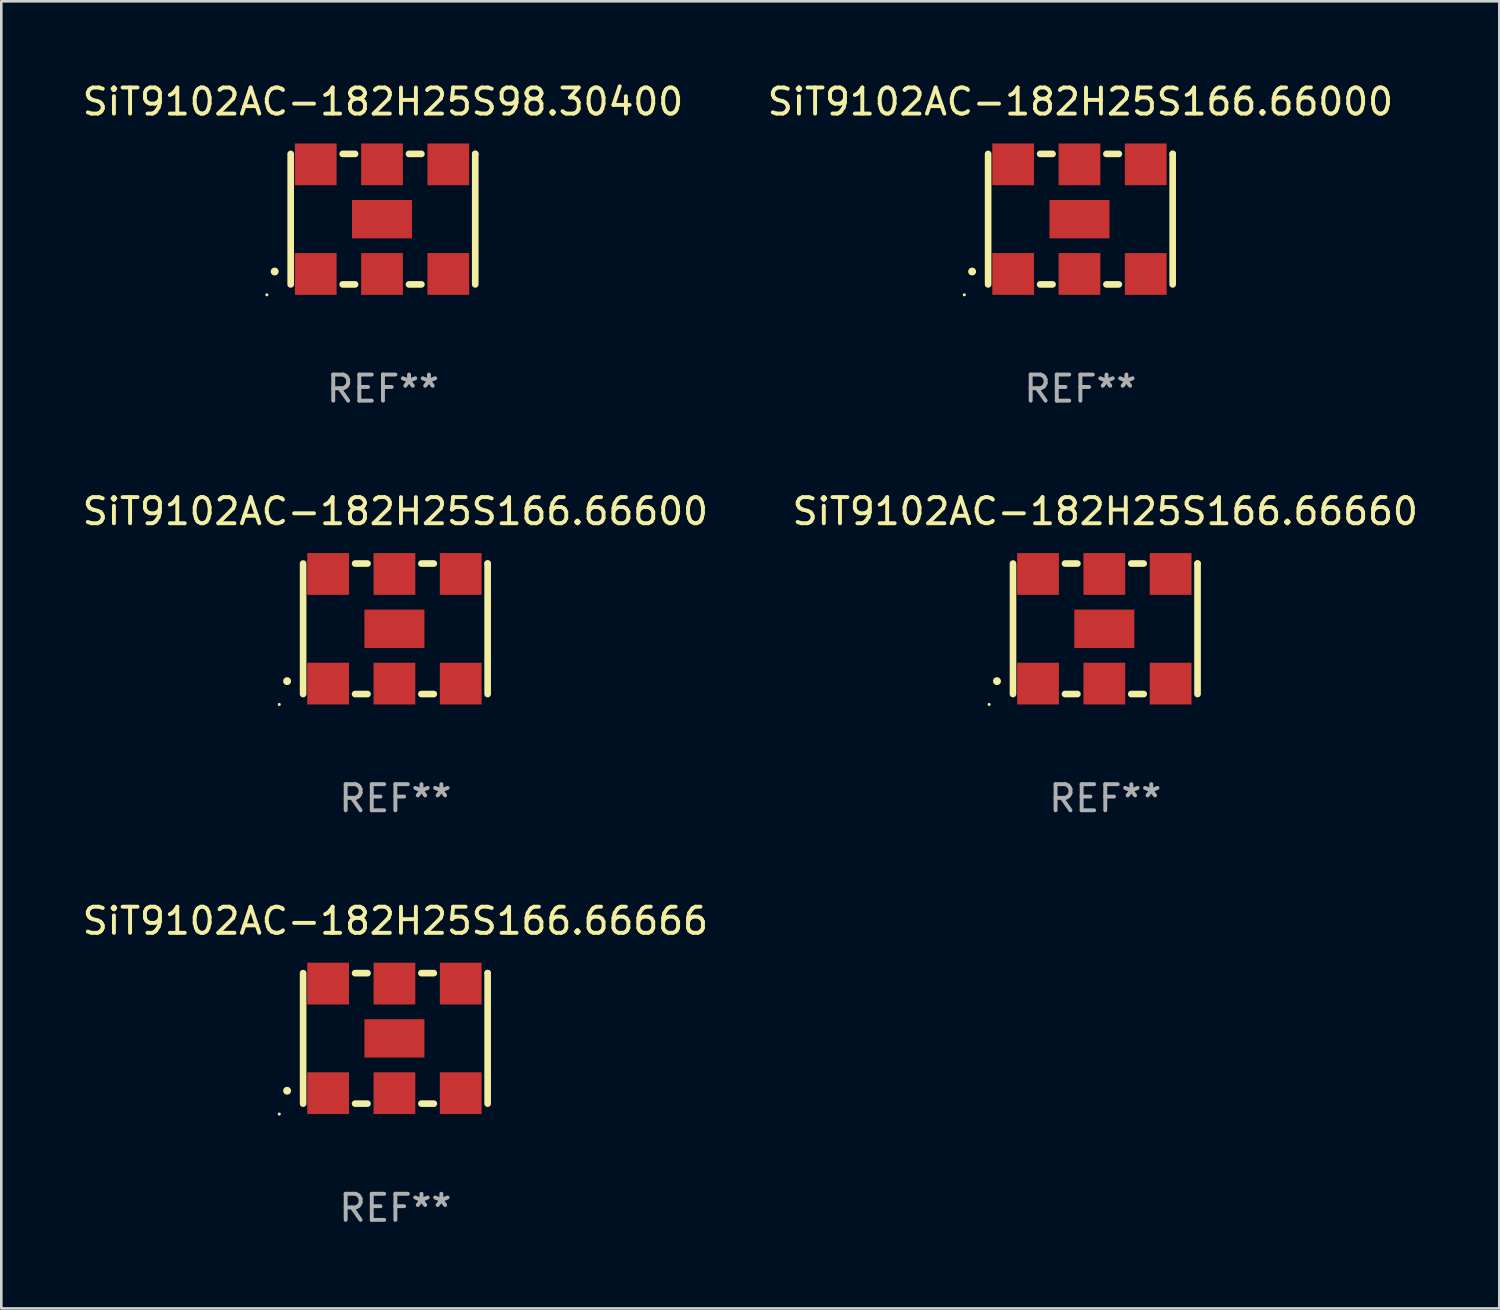
<source format=kicad_pcb>
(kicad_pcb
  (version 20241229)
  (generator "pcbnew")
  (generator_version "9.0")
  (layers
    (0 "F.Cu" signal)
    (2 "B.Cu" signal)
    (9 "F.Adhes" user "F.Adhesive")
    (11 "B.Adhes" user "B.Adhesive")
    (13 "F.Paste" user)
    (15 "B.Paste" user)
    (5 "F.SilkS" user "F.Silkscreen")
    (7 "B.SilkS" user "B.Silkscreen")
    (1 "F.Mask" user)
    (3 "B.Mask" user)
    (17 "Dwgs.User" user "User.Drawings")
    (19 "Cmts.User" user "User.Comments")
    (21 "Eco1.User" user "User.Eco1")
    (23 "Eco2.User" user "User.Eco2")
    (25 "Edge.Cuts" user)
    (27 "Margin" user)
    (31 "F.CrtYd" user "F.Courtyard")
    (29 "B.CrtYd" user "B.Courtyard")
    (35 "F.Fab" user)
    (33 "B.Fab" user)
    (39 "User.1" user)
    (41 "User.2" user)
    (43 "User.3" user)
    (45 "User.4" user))
  (footprint "SiT9102AC-182H25S166.66600"
    (layer "F.Cu")
    (at 12.101 21.045)
    (property "Reference" "SiT9102AC-182H25S166.66600" (at 0 -4.5 0) (layer "F.SilkS") (effects (font (size 1 1) (thickness 0.15))))
    (attr through_hole)
    (fp_line (start -3.536 -2.5) (end -3.536 2.5) (stroke (width 0.254) (type solid)) (layer "F.SilkS"))
    (fp_line (start -1.544 2.5) (end -1.067 2.5) (stroke (width 0.254) (type solid)) (layer "F.SilkS"))
    (fp_line (start -1.067 -2.5) (end -1.544 -2.5) (stroke (width 0.254) (type solid)) (layer "F.SilkS"))
    (fp_line (start 0.996 2.5) (end 1.473 2.5) (stroke (width 0.254) (type solid)) (layer "F.SilkS"))
    (fp_line (start 1.473 -2.5) (end 0.996 -2.5) (stroke (width 0.254) (type solid)) (layer "F.SilkS"))
    (fp_line (start 3.536 -2.5) (end 3.536 -2.5) (stroke (width 0.254) (type solid)) (layer "F.SilkS"))
    (fp_line (start 3.536 2.5) (end 3.536 -2.5) (stroke (width 0.254) (type solid)) (layer "F.SilkS"))
    (fp_arc (start -4.150432 2.006604) (mid -4.149162 2.006599) (end -4.147892 2.006604) (stroke (width 0.3) (type solid)) (layer "F.SilkS"))
    (fp_circle (center -4.449 2.9) (end -4.419 2.9) (stroke (width 0.06) (type solid)) (fill no) (layer "F.SilkS"))
    (fp_text user "REF**" (at 0 6.5 0) (layer "F.Fab") (effects (font (size 1 1) (thickness 0.15))))
    (pad "1" smd rect (at -2.576 2.1) (size 1.6 1.6) (layers "F.Cu" "F.Mask" "F.Paste"))
    (pad "2" smd rect (at -0.036 2.1) (size 1.6 1.6) (layers "F.Cu" "F.Mask" "F.Paste"))
    (pad "3" smd rect (at 2.504 2.1) (size 1.6 1.6) (layers "F.Cu" "F.Mask" "F.Paste"))
    (pad "4" smd rect (at 2.504 -2.1) (size 1.6 1.6) (layers "F.Cu" "F.Mask" "F.Paste"))
    (pad "5" smd rect (at -0.036 -2.1) (size 1.6 1.6) (layers "F.Cu" "F.Mask" "F.Paste"))
    (pad "6" smd rect (at -2.576 -2.1) (size 1.6 1.6) (layers "F.Cu" "F.Mask" "F.Paste"))
    (pad "7" smd rect (at -0.036 0) (size 2.3 1.47) (layers "F.Cu" "F.Mask" "F.Paste")))
  (footprint "SiT9102AC-182H25S98.30400"
    (layer "F.Cu")
    (at 11.625 5.348)
    (property "Reference" "SiT9102AC-182H25S98.30400" (at 0 -4.5 0) (layer "F.SilkS") (effects (font (size 1 1) (thickness 0.15))))
    (attr through_hole)
    (fp_line (start -3.536 -2.5) (end -3.536 2.5) (stroke (width 0.254) (type solid)) (layer "F.SilkS"))
    (fp_line (start -1.544 2.5) (end -1.067 2.5) (stroke (width 0.254) (type solid)) (layer "F.SilkS"))
    (fp_line (start -1.067 -2.5) (end -1.544 -2.5) (stroke (width 0.254) (type solid)) (layer "F.SilkS"))
    (fp_line (start 0.996 2.5) (end 1.473 2.5) (stroke (width 0.254) (type solid)) (layer "F.SilkS"))
    (fp_line (start 1.473 -2.5) (end 0.996 -2.5) (stroke (width 0.254) (type solid)) (layer "F.SilkS"))
    (fp_line (start 3.536 -2.5) (end 3.536 -2.5) (stroke (width 0.254) (type solid)) (layer "F.SilkS"))
    (fp_line (start 3.536 2.5) (end 3.536 -2.5) (stroke (width 0.254) (type solid)) (layer "F.SilkS"))
    (fp_arc (start -4.150432 2.006604) (mid -4.149162 2.006599) (end -4.147892 2.006604) (stroke (width 0.3) (type solid)) (layer "F.SilkS"))
    (fp_circle (center -4.449 2.9) (end -4.419 2.9) (stroke (width 0.06) (type solid)) (fill no) (layer "F.SilkS"))
    (fp_text user "REF**" (at 0 6.5 0) (layer "F.Fab") (effects (font (size 1 1) (thickness 0.15))))
    (pad "1" smd rect (at -2.576 2.1) (size 1.6 1.6) (layers "F.Cu" "F.Mask" "F.Paste"))
    (pad "2" smd rect (at -0.036 2.1) (size 1.6 1.6) (layers "F.Cu" "F.Mask" "F.Paste"))
    (pad "3" smd rect (at 2.504 2.1) (size 1.6 1.6) (layers "F.Cu" "F.Mask" "F.Paste"))
    (pad "4" smd rect (at 2.504 -2.1) (size 1.6 1.6) (layers "F.Cu" "F.Mask" "F.Paste"))
    (pad "5" smd rect (at -0.036 -2.1) (size 1.6 1.6) (layers "F.Cu" "F.Mask" "F.Paste"))
    (pad "6" smd rect (at -2.576 -2.1) (size 1.6 1.6) (layers "F.Cu" "F.Mask" "F.Paste"))
    (pad "7" smd rect (at -0.036 0) (size 2.3 1.47) (layers "F.Cu" "F.Mask" "F.Paste")))
  (footprint "SiT9102AC-182H25S166.66666"
    (layer "F.Cu")
    (at 12.101 36.741)
    (property "Reference" "SiT9102AC-182H25S166.66666" (at 0 -4.5 0) (layer "F.SilkS") (effects (font (size 1 1) (thickness 0.15))))
    (attr through_hole)
    (fp_line (start -3.536 -2.5) (end -3.536 2.5) (stroke (width 0.254) (type solid)) (layer "F.SilkS"))
    (fp_line (start -1.544 2.5) (end -1.067 2.5) (stroke (width 0.254) (type solid)) (layer "F.SilkS"))
    (fp_line (start -1.067 -2.5) (end -1.544 -2.5) (stroke (width 0.254) (type solid)) (layer "F.SilkS"))
    (fp_line (start 0.996 2.5) (end 1.473 2.5) (stroke (width 0.254) (type solid)) (layer "F.SilkS"))
    (fp_line (start 1.473 -2.5) (end 0.996 -2.5) (stroke (width 0.254) (type solid)) (layer "F.SilkS"))
    (fp_line (start 3.536 -2.5) (end 3.536 -2.5) (stroke (width 0.254) (type solid)) (layer "F.SilkS"))
    (fp_line (start 3.536 2.5) (end 3.536 -2.5) (stroke (width 0.254) (type solid)) (layer "F.SilkS"))
    (fp_arc (start -4.150432 2.006604) (mid -4.149162 2.006599) (end -4.147892 2.006604) (stroke (width 0.3) (type solid)) (layer "F.SilkS"))
    (fp_circle (center -4.449 2.9) (end -4.419 2.9) (stroke (width 0.06) (type solid)) (fill no) (layer "F.SilkS"))
    (fp_text user "REF**" (at 0 6.5 0) (layer "F.Fab") (effects (font (size 1 1) (thickness 0.15))))
    (pad "1" smd rect (at -2.576 2.1) (size 1.6 1.6) (layers "F.Cu" "F.Mask" "F.Paste"))
    (pad "2" smd rect (at -0.036 2.1) (size 1.6 1.6) (layers "F.Cu" "F.Mask" "F.Paste"))
    (pad "3" smd rect (at 2.504 2.1) (size 1.6 1.6) (layers "F.Cu" "F.Mask" "F.Paste"))
    (pad "4" smd rect (at 2.504 -2.1) (size 1.6 1.6) (layers "F.Cu" "F.Mask" "F.Paste"))
    (pad "5" smd rect (at -0.036 -2.1) (size 1.6 1.6) (layers "F.Cu" "F.Mask" "F.Paste"))
    (pad "6" smd rect (at -2.576 -2.1) (size 1.6 1.6) (layers "F.Cu" "F.Mask" "F.Paste"))
    (pad "7" smd rect (at -0.036 0) (size 2.3 1.47) (layers "F.Cu" "F.Mask" "F.Paste")))
  (footprint "SiT9102AC-182H25S166.66660"
    (layer "F.Cu")
    (at 39.304 21.045)
    (property "Reference" "SiT9102AC-182H25S166.66660" (at 0 -4.5 0) (layer "F.SilkS") (effects (font (size 1 1) (thickness 0.15))))
    (attr through_hole)
    (fp_line (start -3.536 -2.5) (end -3.536 2.5) (stroke (width 0.254) (type solid)) (layer "F.SilkS"))
    (fp_line (start -1.544 2.5) (end -1.067 2.5) (stroke (width 0.254) (type solid)) (layer "F.SilkS"))
    (fp_line (start -1.067 -2.5) (end -1.544 -2.5) (stroke (width 0.254) (type solid)) (layer "F.SilkS"))
    (fp_line (start 0.996 2.5) (end 1.473 2.5) (stroke (width 0.254) (type solid)) (layer "F.SilkS"))
    (fp_line (start 1.473 -2.5) (end 0.996 -2.5) (stroke (width 0.254) (type solid)) (layer "F.SilkS"))
    (fp_line (start 3.536 -2.5) (end 3.536 -2.5) (stroke (width 0.254) (type solid)) (layer "F.SilkS"))
    (fp_line (start 3.536 2.5) (end 3.536 -2.5) (stroke (width 0.254) (type solid)) (layer "F.SilkS"))
    (fp_arc (start -4.150432 2.006604) (mid -4.149162 2.006599) (end -4.147892 2.006604) (stroke (width 0.3) (type solid)) (layer "F.SilkS"))
    (fp_circle (center -4.449 2.9) (end -4.419 2.9) (stroke (width 0.06) (type solid)) (fill no) (layer "F.SilkS"))
    (fp_text user "REF**" (at 0 6.5 0) (layer "F.Fab") (effects (font (size 1 1) (thickness 0.15))))
    (pad "1" smd rect (at -2.576 2.1) (size 1.6 1.6) (layers "F.Cu" "F.Mask" "F.Paste"))
    (pad "2" smd rect (at -0.036 2.1) (size 1.6 1.6) (layers "F.Cu" "F.Mask" "F.Paste"))
    (pad "3" smd rect (at 2.504 2.1) (size 1.6 1.6) (layers "F.Cu" "F.Mask" "F.Paste"))
    (pad "4" smd rect (at 2.504 -2.1) (size 1.6 1.6) (layers "F.Cu" "F.Mask" "F.Paste"))
    (pad "5" smd rect (at -0.036 -2.1) (size 1.6 1.6) (layers "F.Cu" "F.Mask" "F.Paste"))
    (pad "6" smd rect (at -2.576 -2.1) (size 1.6 1.6) (layers "F.Cu" "F.Mask" "F.Paste"))
    (pad "7" smd rect (at -0.036 0) (size 2.3 1.47) (layers "F.Cu" "F.Mask" "F.Paste")))
  (footprint "SiT9102AC-182H25S166.66000"
    (layer "F.Cu")
    (at 38.351 5.348)
    (property "Reference" "SiT9102AC-182H25S166.66000" (at 0 -4.5 0) (layer "F.SilkS") (effects (font (size 1 1) (thickness 0.15))))
    (attr through_hole)
    (fp_line (start -3.536 -2.5) (end -3.536 2.5) (stroke (width 0.254) (type solid)) (layer "F.SilkS"))
    (fp_line (start -1.544 2.5) (end -1.067 2.5) (stroke (width 0.254) (type solid)) (layer "F.SilkS"))
    (fp_line (start -1.067 -2.5) (end -1.544 -2.5) (stroke (width 0.254) (type solid)) (layer "F.SilkS"))
    (fp_line (start 0.996 2.5) (end 1.473 2.5) (stroke (width 0.254) (type solid)) (layer "F.SilkS"))
    (fp_line (start 1.473 -2.5) (end 0.996 -2.5) (stroke (width 0.254) (type solid)) (layer "F.SilkS"))
    (fp_line (start 3.536 -2.5) (end 3.536 -2.5) (stroke (width 0.254) (type solid)) (layer "F.SilkS"))
    (fp_line (start 3.536 2.5) (end 3.536 -2.5) (stroke (width 0.254) (type solid)) (layer "F.SilkS"))
    (fp_arc (start -4.150432 2.006604) (mid -4.149162 2.006599) (end -4.147892 2.006604) (stroke (width 0.3) (type solid)) (layer "F.SilkS"))
    (fp_circle (center -4.449 2.9) (end -4.419 2.9) (stroke (width 0.06) (type solid)) (fill no) (layer "F.SilkS"))
    (fp_text user "REF**" (at 0 6.5 0) (layer "F.Fab") (effects (font (size 1 1) (thickness 0.15))))
    (pad "1" smd rect (at -2.576 2.1) (size 1.6 1.6) (layers "F.Cu" "F.Mask" "F.Paste"))
    (pad "2" smd rect (at -0.036 2.1) (size 1.6 1.6) (layers "F.Cu" "F.Mask" "F.Paste"))
    (pad "3" smd rect (at 2.504 2.1) (size 1.6 1.6) (layers "F.Cu" "F.Mask" "F.Paste"))
    (pad "4" smd rect (at 2.504 -2.1) (size 1.6 1.6) (layers "F.Cu" "F.Mask" "F.Paste"))
    (pad "5" smd rect (at -0.036 -2.1) (size 1.6 1.6) (layers "F.Cu" "F.Mask" "F.Paste"))
    (pad "6" smd rect (at -2.576 -2.1) (size 1.6 1.6) (layers "F.Cu" "F.Mask" "F.Paste"))
    (pad "7" smd rect (at -0.036 0) (size 2.3 1.47) (layers "F.Cu" "F.Mask" "F.Paste")))
  (gr_rect
    (start -3 -3)
    (end 54.405 47.09)
    (stroke (width 0.1) (type default))
    (fill no)
    (layer "Edge.Cuts")))
</source>
